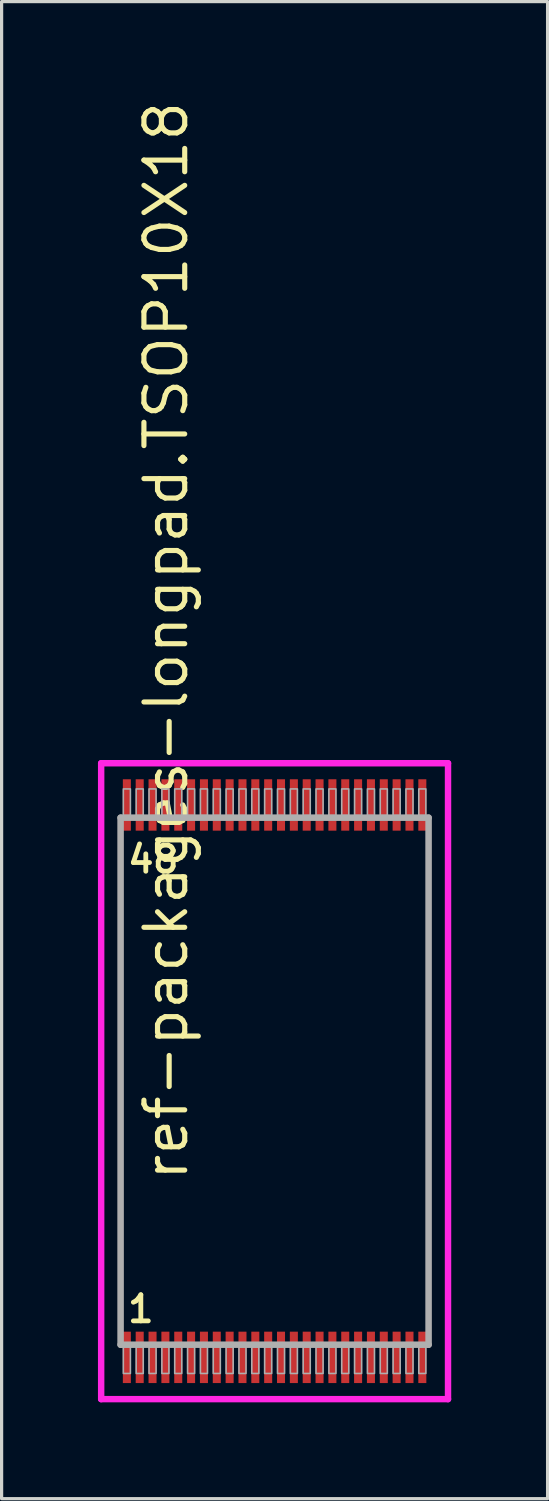
<source format=kicad_pcb>
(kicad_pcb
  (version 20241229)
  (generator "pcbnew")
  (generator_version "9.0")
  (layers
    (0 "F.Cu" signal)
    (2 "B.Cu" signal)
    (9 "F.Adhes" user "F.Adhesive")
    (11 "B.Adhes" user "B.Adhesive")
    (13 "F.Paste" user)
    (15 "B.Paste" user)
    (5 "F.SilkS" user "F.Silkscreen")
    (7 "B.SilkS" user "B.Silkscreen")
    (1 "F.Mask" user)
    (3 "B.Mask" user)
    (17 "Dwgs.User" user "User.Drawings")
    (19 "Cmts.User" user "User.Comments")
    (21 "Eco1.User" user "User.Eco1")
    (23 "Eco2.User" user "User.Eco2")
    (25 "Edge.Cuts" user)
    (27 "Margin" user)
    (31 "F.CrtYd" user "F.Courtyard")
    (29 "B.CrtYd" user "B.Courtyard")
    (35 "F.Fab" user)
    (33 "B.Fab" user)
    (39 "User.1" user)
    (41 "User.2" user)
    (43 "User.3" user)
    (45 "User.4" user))
  (footprint "ref-packages-longpad.TSOP10X18"
    (layer "F.Cu")
    (at 5.5 30.615)
    (property "Reference" "ref-packages-longpad.TSOP10X18" (at -2.635 3.175 90) (layer "F.SilkS") (effects (font (size 1.27 1.27) (thickness 0.16)) (justify left bottom)))
    (attr smd)
    (fp_line (start -5.4 -9.9) (end 5.4 -9.9) (stroke (width 0.2) (type default)) (layer "F.CrtYd"))
    (fp_line (start -5.4 9.9) (end -5.4 -9.9) (stroke (width 0.2) (type default)) (layer "F.CrtYd"))
    (fp_line (start 5.4 -9.9) (end 5.4 9.9) (stroke (width 0.2) (type default)) (layer "F.CrtYd"))
    (fp_line (start 5.4 9.9) (end -5.4 9.9) (stroke (width 0.2) (type default)) (layer "F.CrtYd"))
    (fp_line (start -4.795 -8.205) (end 4.795 -8.205) (stroke (width 0.203) (type default)) (layer "F.Fab"))
    (fp_line (start -4.795 8.205) (end -4.795 -8.205) (stroke (width 0.203) (type default)) (layer "F.Fab"))
    (fp_line (start 4.795 -8.205) (end 4.795 8.205) (stroke (width 0.203) (type default)) (layer "F.Fab"))
    (fp_line (start 4.795 8.205) (end -4.795 8.205) (stroke (width 0.203) (type default)) (layer "F.Fab"))
    (fp_rect (start -4.71 -8.27) (end -4.49 -9.1) (stroke (width 0.05) (type default)) (fill no) (layer "F.Fab"))
    (fp_rect (start -4.71 9.1) (end -4.49 8.27) (stroke (width 0.05) (type default)) (fill no) (layer "F.Fab"))
    (fp_rect (start -4.31 -8.27) (end -4.09 -9.1) (stroke (width 0.05) (type default)) (fill no) (layer "F.Fab"))
    (fp_rect (start -4.31 9.1) (end -4.09 8.27) (stroke (width 0.05) (type default)) (fill no) (layer "F.Fab"))
    (fp_rect (start -3.91 -8.27) (end -3.69 -9.1) (stroke (width 0.05) (type default)) (fill no) (layer "F.Fab"))
    (fp_rect (start -3.91 9.1) (end -3.69 8.27) (stroke (width 0.05) (type default)) (fill no) (layer "F.Fab"))
    (fp_rect (start -3.51 -8.27) (end -3.29 -9.1) (stroke (width 0.05) (type default)) (fill no) (layer "F.Fab"))
    (fp_rect (start -3.51 9.1) (end -3.29 8.27) (stroke (width 0.05) (type default)) (fill no) (layer "F.Fab"))
    (fp_rect (start -3.11 -8.27) (end -2.89 -9.1) (stroke (width 0.05) (type default)) (fill no) (layer "F.Fab"))
    (fp_rect (start -3.11 9.1) (end -2.89 8.27) (stroke (width 0.05) (type default)) (fill no) (layer "F.Fab"))
    (fp_rect (start -2.71 -8.27) (end -2.49 -9.1) (stroke (width 0.05) (type default)) (fill no) (layer "F.Fab"))
    (fp_rect (start -2.71 9.1) (end -2.49 8.27) (stroke (width 0.05) (type default)) (fill no) (layer "F.Fab"))
    (fp_rect (start -2.31 -8.27) (end -2.09 -9.1) (stroke (width 0.05) (type default)) (fill no) (layer "F.Fab"))
    (fp_rect (start -2.31 9.1) (end -2.09 8.27) (stroke (width 0.05) (type default)) (fill no) (layer "F.Fab"))
    (fp_rect (start -1.91 -8.27) (end -1.69 -9.1) (stroke (width 0.05) (type default)) (fill no) (layer "F.Fab"))
    (fp_rect (start -1.91 9.1) (end -1.69 8.27) (stroke (width 0.05) (type default)) (fill no) (layer "F.Fab"))
    (fp_rect (start -1.51 -8.27) (end -1.29 -9.1) (stroke (width 0.05) (type default)) (fill no) (layer "F.Fab"))
    (fp_rect (start -1.51 9.1) (end -1.29 8.27) (stroke (width 0.05) (type default)) (fill no) (layer "F.Fab"))
    (fp_rect (start -1.11 -8.27) (end -0.89 -9.1) (stroke (width 0.05) (type default)) (fill no) (layer "F.Fab"))
    (fp_rect (start -1.11 9.1) (end -0.89 8.27) (stroke (width 0.05) (type default)) (fill no) (layer "F.Fab"))
    (fp_rect (start -0.71 -8.27) (end -0.49 -9.1) (stroke (width 0.05) (type default)) (fill no) (layer "F.Fab"))
    (fp_rect (start -0.71 9.1) (end -0.49 8.27) (stroke (width 0.05) (type default)) (fill no) (layer "F.Fab"))
    (fp_rect (start -0.31 -8.27) (end -0.09 -9.1) (stroke (width 0.05) (type default)) (fill no) (layer "F.Fab"))
    (fp_rect (start -0.31 9.1) (end -0.09 8.27) (stroke (width 0.05) (type default)) (fill no) (layer "F.Fab"))
    (fp_rect (start 0.09 -8.27) (end 0.31 -9.1) (stroke (width 0.05) (type default)) (fill no) (layer "F.Fab"))
    (fp_rect (start 0.09 9.1) (end 0.31 8.27) (stroke (width 0.05) (type default)) (fill no) (layer "F.Fab"))
    (fp_rect (start 0.49 -8.27) (end 0.71 -9.1) (stroke (width 0.05) (type default)) (fill no) (layer "F.Fab"))
    (fp_rect (start 0.49 9.1) (end 0.71 8.27) (stroke (width 0.05) (type default)) (fill no) (layer "F.Fab"))
    (fp_rect (start 0.89 -8.27) (end 1.11 -9.1) (stroke (width 0.05) (type default)) (fill no) (layer "F.Fab"))
    (fp_rect (start 0.89 9.1) (end 1.11 8.27) (stroke (width 0.05) (type default)) (fill no) (layer "F.Fab"))
    (fp_rect (start 1.29 -8.27) (end 1.51 -9.1) (stroke (width 0.05) (type default)) (fill no) (layer "F.Fab"))
    (fp_rect (start 1.29 9.1) (end 1.51 8.27) (stroke (width 0.05) (type default)) (fill no) (layer "F.Fab"))
    (fp_rect (start 1.69 -8.27) (end 1.91 -9.1) (stroke (width 0.05) (type default)) (fill no) (layer "F.Fab"))
    (fp_rect (start 1.69 9.1) (end 1.91 8.27) (stroke (width 0.05) (type default)) (fill no) (layer "F.Fab"))
    (fp_rect (start 2.09 -8.27) (end 2.31 -9.1) (stroke (width 0.05) (type default)) (fill no) (layer "F.Fab"))
    (fp_rect (start 2.09 9.1) (end 2.31 8.27) (stroke (width 0.05) (type default)) (fill no) (layer "F.Fab"))
    (fp_rect (start 2.49 -8.27) (end 2.71 -9.1) (stroke (width 0.05) (type default)) (fill no) (layer "F.Fab"))
    (fp_rect (start 2.49 9.1) (end 2.71 8.27) (stroke (width 0.05) (type default)) (fill no) (layer "F.Fab"))
    (fp_rect (start 2.89 -8.27) (end 3.11 -9.1) (stroke (width 0.05) (type default)) (fill no) (layer "F.Fab"))
    (fp_rect (start 2.89 9.1) (end 3.11 8.27) (stroke (width 0.05) (type default)) (fill no) (layer "F.Fab"))
    (fp_rect (start 3.29 -8.27) (end 3.51 -9.1) (stroke (width 0.05) (type default)) (fill no) (layer "F.Fab"))
    (fp_rect (start 3.29 9.1) (end 3.51 8.27) (stroke (width 0.05) (type default)) (fill no) (layer "F.Fab"))
    (fp_rect (start 3.69 -8.27) (end 3.91 -9.1) (stroke (width 0.05) (type default)) (fill no) (layer "F.Fab"))
    (fp_rect (start 3.69 9.1) (end 3.91 8.27) (stroke (width 0.05) (type default)) (fill no) (layer "F.Fab"))
    (fp_rect (start 4.09 -8.27) (end 4.31 -9.1) (stroke (width 0.05) (type default)) (fill no) (layer "F.Fab"))
    (fp_rect (start 4.09 9.1) (end 4.31 8.27) (stroke (width 0.05) (type default)) (fill no) (layer "F.Fab"))
    (fp_rect (start 4.49 -8.27) (end 4.71 -9.1) (stroke (width 0.05) (type default)) (fill no) (layer "F.Fab"))
    (fp_rect (start 4.49 9.1) (end 4.71 8.27) (stroke (width 0.05) (type default)) (fill no) (layer "F.Fab"))
    (fp_text user "1" (at -4.651 7.57 0) (layer "F.SilkS") (effects (font (size 0.813 0.813) (thickness 0.15)) (justify left bottom)))
    (fp_text user "48" (at -4.651 -6.43 0) (layer "F.SilkS") (effects (font (size 0.813 0.813) (thickness 0.15)) (justify left bottom)))
    (pad "1" smd roundrect (at -4.6 8.6) (size 0.25 1.6) (layers "F.Cu" "F.Mask" "F.Paste") (roundrect_rratio 0.01))
    (pad "2" smd roundrect (at -4.2 8.6) (size 0.25 1.6) (layers "F.Cu" "F.Mask" "F.Paste") (roundrect_rratio 0.01))
    (pad "3" smd roundrect (at -3.8 8.6) (size 0.25 1.6) (layers "F.Cu" "F.Mask" "F.Paste") (roundrect_rratio 0.01))
    (pad "4" smd roundrect (at -3.4 8.6) (size 0.25 1.6) (layers "F.Cu" "F.Mask" "F.Paste") (roundrect_rratio 0.01))
    (pad "5" smd roundrect (at -3 8.6) (size 0.25 1.6) (layers "F.Cu" "F.Mask" "F.Paste") (roundrect_rratio 0.01))
    (pad "6" smd roundrect (at -2.6 8.6) (size 0.25 1.6) (layers "F.Cu" "F.Mask" "F.Paste") (roundrect_rratio 0.01))
    (pad "7" smd roundrect (at -2.2 8.6) (size 0.25 1.6) (layers "F.Cu" "F.Mask" "F.Paste") (roundrect_rratio 0.01))
    (pad "8" smd roundrect (at -1.8 8.6) (size 0.25 1.6) (layers "F.Cu" "F.Mask" "F.Paste") (roundrect_rratio 0.01))
    (pad "9" smd roundrect (at -1.4 8.6) (size 0.25 1.6) (layers "F.Cu" "F.Mask" "F.Paste") (roundrect_rratio 0.01))
    (pad "10" smd roundrect (at -1 8.6) (size 0.25 1.6) (layers "F.Cu" "F.Mask" "F.Paste") (roundrect_rratio 0.01))
    (pad "11" smd roundrect (at -0.6 8.6) (size 0.25 1.6) (layers "F.Cu" "F.Mask" "F.Paste") (roundrect_rratio 0.01))
    (pad "12" smd roundrect (at -0.2 8.6) (size 0.25 1.6) (layers "F.Cu" "F.Mask" "F.Paste") (roundrect_rratio 0.01))
    (pad "13" smd roundrect (at 0.2 8.6) (size 0.25 1.6) (layers "F.Cu" "F.Mask" "F.Paste") (roundrect_rratio 0.01))
    (pad "14" smd roundrect (at 0.6 8.6) (size 0.25 1.6) (layers "F.Cu" "F.Mask" "F.Paste") (roundrect_rratio 0.01))
    (pad "15" smd roundrect (at 1 8.6) (size 0.25 1.6) (layers "F.Cu" "F.Mask" "F.Paste") (roundrect_rratio 0.01))
    (pad "16" smd roundrect (at 1.4 8.6) (size 0.25 1.6) (layers "F.Cu" "F.Mask" "F.Paste") (roundrect_rratio 0.01))
    (pad "17" smd roundrect (at 1.8 8.6) (size 0.25 1.6) (layers "F.Cu" "F.Mask" "F.Paste") (roundrect_rratio 0.01))
    (pad "18" smd roundrect (at 2.2 8.6) (size 0.25 1.6) (layers "F.Cu" "F.Mask" "F.Paste") (roundrect_rratio 0.01))
    (pad "19" smd roundrect (at 2.6 8.6) (size 0.25 1.6) (layers "F.Cu" "F.Mask" "F.Paste") (roundrect_rratio 0.01))
    (pad "20" smd roundrect (at 3 8.6) (size 0.25 1.6) (layers "F.Cu" "F.Mask" "F.Paste") (roundrect_rratio 0.01))
    (pad "21" smd roundrect (at 3.4 8.6) (size 0.25 1.6) (layers "F.Cu" "F.Mask" "F.Paste") (roundrect_rratio 0.01))
    (pad "22" smd roundrect (at 3.8 8.6) (size 0.25 1.6) (layers "F.Cu" "F.Mask" "F.Paste") (roundrect_rratio 0.01))
    (pad "23" smd roundrect (at 4.2 8.6) (size 0.25 1.6) (layers "F.Cu" "F.Mask" "F.Paste") (roundrect_rratio 0.01))
    (pad "24" smd roundrect (at 4.6 8.6) (size 0.25 1.6) (layers "F.Cu" "F.Mask" "F.Paste") (roundrect_rratio 0.01))
    (pad "25" smd roundrect (at 4.6 -8.6) (size 0.25 1.6) (layers "F.Cu" "F.Mask" "F.Paste") (roundrect_rratio 0.01))
    (pad "26" smd roundrect (at 4.2 -8.6) (size 0.25 1.6) (layers "F.Cu" "F.Mask" "F.Paste") (roundrect_rratio 0.01))
    (pad "27" smd roundrect (at 3.8 -8.6) (size 0.25 1.6) (layers "F.Cu" "F.Mask" "F.Paste") (roundrect_rratio 0.01))
    (pad "28" smd roundrect (at 3.4 -8.6) (size 0.25 1.6) (layers "F.Cu" "F.Mask" "F.Paste") (roundrect_rratio 0.01))
    (pad "29" smd roundrect (at 3 -8.6) (size 0.25 1.6) (layers "F.Cu" "F.Mask" "F.Paste") (roundrect_rratio 0.01))
    (pad "30" smd roundrect (at 2.6 -8.6) (size 0.25 1.6) (layers "F.Cu" "F.Mask" "F.Paste") (roundrect_rratio 0.01))
    (pad "31" smd roundrect (at 2.2 -8.6) (size 0.25 1.6) (layers "F.Cu" "F.Mask" "F.Paste") (roundrect_rratio 0.01))
    (pad "32" smd roundrect (at 1.8 -8.6) (size 0.25 1.6) (layers "F.Cu" "F.Mask" "F.Paste") (roundrect_rratio 0.01))
    (pad "33" smd roundrect (at 1.4 -8.6) (size 0.25 1.6) (layers "F.Cu" "F.Mask" "F.Paste") (roundrect_rratio 0.01))
    (pad "34" smd roundrect (at 1 -8.6) (size 0.25 1.6) (layers "F.Cu" "F.Mask" "F.Paste") (roundrect_rratio 0.01))
    (pad "35" smd roundrect (at 0.6 -8.6) (size 0.25 1.6) (layers "F.Cu" "F.Mask" "F.Paste") (roundrect_rratio 0.01))
    (pad "36" smd roundrect (at 0.2 -8.6) (size 0.25 1.6) (layers "F.Cu" "F.Mask" "F.Paste") (roundrect_rratio 0.01))
    (pad "37" smd roundrect (at -0.2 -8.6) (size 0.25 1.6) (layers "F.Cu" "F.Mask" "F.Paste") (roundrect_rratio 0.01))
    (pad "38" smd roundrect (at -0.6 -8.6) (size 0.25 1.6) (layers "F.Cu" "F.Mask" "F.Paste") (roundrect_rratio 0.01))
    (pad "39" smd roundrect (at -1 -8.6) (size 0.25 1.6) (layers "F.Cu" "F.Mask" "F.Paste") (roundrect_rratio 0.01))
    (pad "40" smd roundrect (at -1.4 -8.6) (size 0.25 1.6) (layers "F.Cu" "F.Mask" "F.Paste") (roundrect_rratio 0.01))
    (pad "41" smd roundrect (at -1.8 -8.6) (size 0.25 1.6) (layers "F.Cu" "F.Mask" "F.Paste") (roundrect_rratio 0.01))
    (pad "42" smd roundrect (at -2.2 -8.6) (size 0.25 1.6) (layers "F.Cu" "F.Mask" "F.Paste") (roundrect_rratio 0.01))
    (pad "43" smd roundrect (at -2.6 -8.6) (size 0.25 1.6) (layers "F.Cu" "F.Mask" "F.Paste") (roundrect_rratio 0.01))
    (pad "44" smd roundrect (at -3 -8.6) (size 0.25 1.6) (layers "F.Cu" "F.Mask" "F.Paste") (roundrect_rratio 0.01))
    (pad "45" smd roundrect (at -3.4 -8.6) (size 0.25 1.6) (layers "F.Cu" "F.Mask" "F.Paste") (roundrect_rratio 0.01))
    (pad "46" smd roundrect (at -3.8 -8.6) (size 0.25 1.6) (layers "F.Cu" "F.Mask" "F.Paste") (roundrect_rratio 0.01))
    (pad "47" smd roundrect (at -4.2 -8.6) (size 0.25 1.6) (layers "F.Cu" "F.Mask" "F.Paste") (roundrect_rratio 0.01))
    (pad "48" smd roundrect (at -4.6 -8.6) (size 0.25 1.6) (layers "F.Cu" "F.Mask" "F.Paste") (roundrect_rratio 0.01)))
  (gr_rect
    (start -3 -3)
    (end 14 43.615)
    (stroke (width 0.1) (type default))
    (fill no)
    (layer "Edge.Cuts")))
</source>
